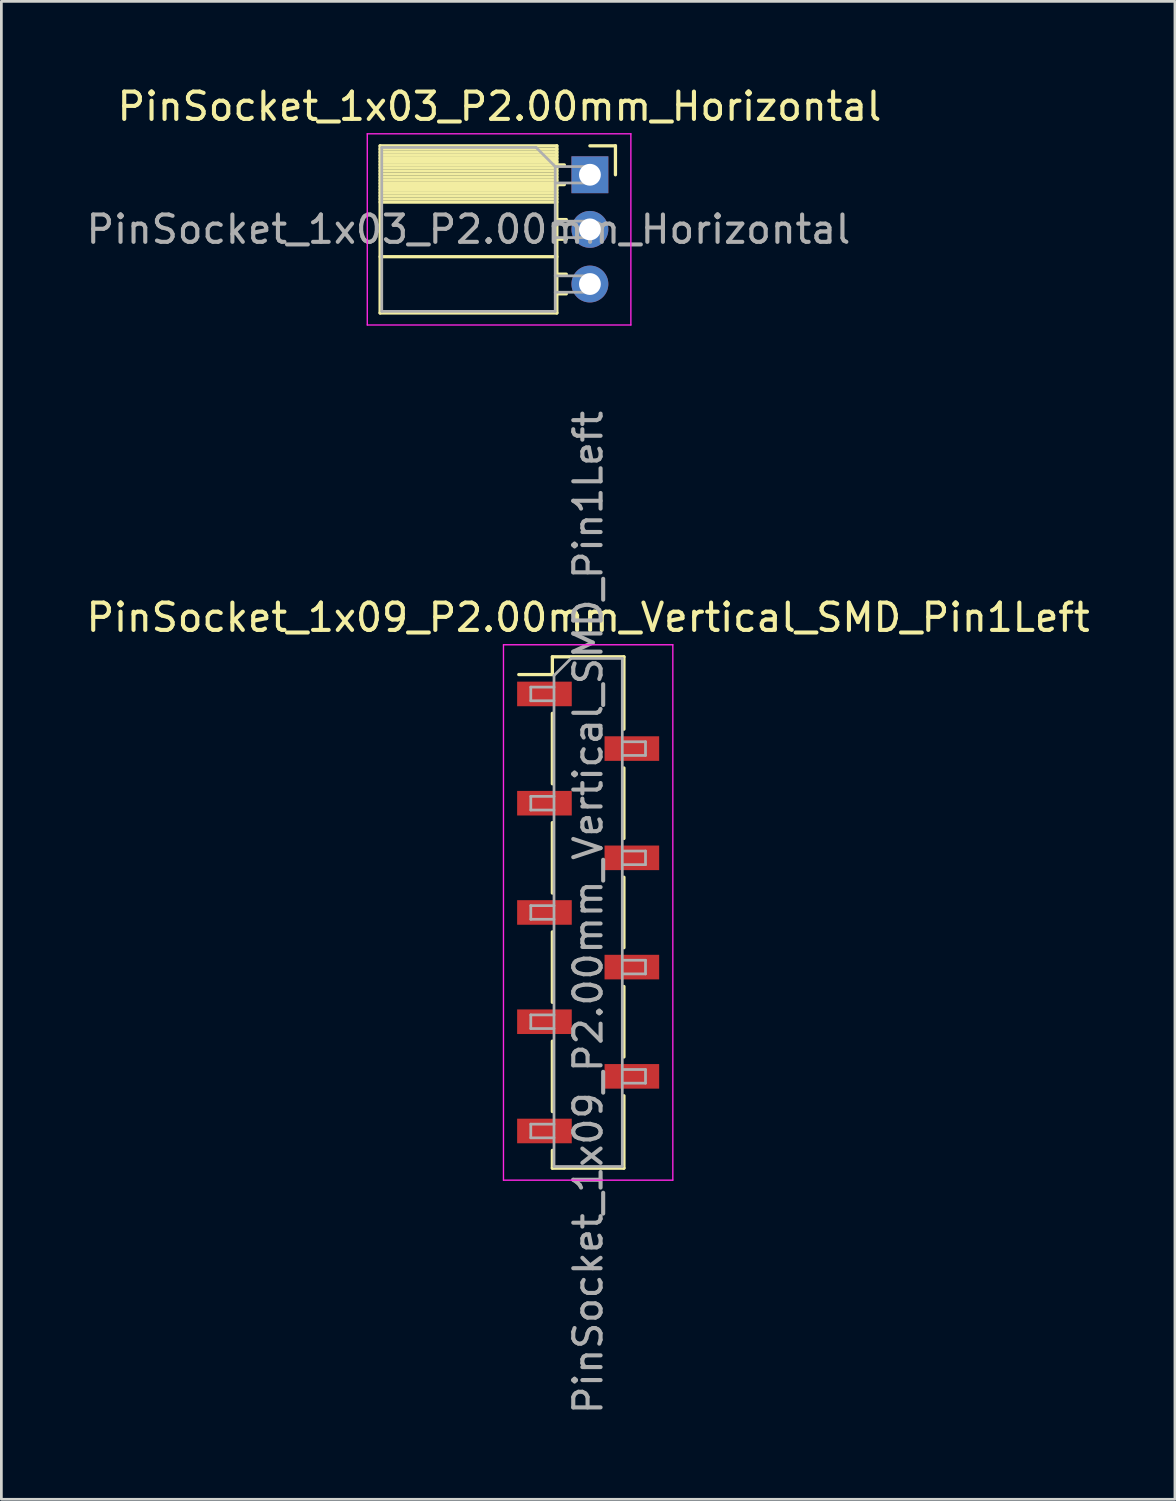
<source format=kicad_pcb>
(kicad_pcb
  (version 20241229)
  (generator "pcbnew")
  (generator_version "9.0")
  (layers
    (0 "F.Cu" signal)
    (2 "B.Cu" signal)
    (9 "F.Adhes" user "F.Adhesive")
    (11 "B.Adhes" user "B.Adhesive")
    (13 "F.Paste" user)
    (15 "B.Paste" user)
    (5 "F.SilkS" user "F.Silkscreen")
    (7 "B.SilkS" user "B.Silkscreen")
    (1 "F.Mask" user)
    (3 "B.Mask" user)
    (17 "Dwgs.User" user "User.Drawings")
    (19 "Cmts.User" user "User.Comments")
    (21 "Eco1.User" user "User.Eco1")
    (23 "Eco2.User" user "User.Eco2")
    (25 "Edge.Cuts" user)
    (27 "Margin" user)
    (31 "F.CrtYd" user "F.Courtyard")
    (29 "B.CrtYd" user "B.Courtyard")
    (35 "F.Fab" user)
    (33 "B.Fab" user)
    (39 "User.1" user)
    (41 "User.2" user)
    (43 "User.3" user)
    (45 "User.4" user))
  (footprint "PinSocket_1x03_P2.00mm_Horizontal"
    (layer "F.Cu")
    (at 18.546 3.348)
    (property "Reference" "PinSocket_1x03_P2.00mm_Horizontal" (at -3.31 -2.5 0) (layer "F.SilkS") (effects (font (size 1 1) (thickness 0.15))))
    (attr through_hole)
    (fp_line (start -7.68 -1.06) (end -7.68 5.06) (stroke (width 0.12) (type solid)) (layer "F.SilkS"))
    (fp_line (start -7.68 -1.06) (end -1.21 -1.06) (stroke (width 0.12) (type solid)) (layer "F.SilkS"))
    (fp_line (start -7.68 -0.94) (end -1.21 -0.94) (stroke (width 0.12) (type solid)) (layer "F.SilkS"))
    (fp_line (start -7.68 -0.826) (end -1.21 -0.826) (stroke (width 0.12) (type solid)) (layer "F.SilkS"))
    (fp_line (start -7.68 -0.712) (end -1.21 -0.712) (stroke (width 0.12) (type solid)) (layer "F.SilkS"))
    (fp_line (start -7.68 -0.598) (end -1.21 -0.598) (stroke (width 0.12) (type solid)) (layer "F.SilkS"))
    (fp_line (start -7.68 -0.484) (end -1.21 -0.484) (stroke (width 0.12) (type solid)) (layer "F.SilkS"))
    (fp_line (start -7.68 -0.369) (end -1.21 -0.369) (stroke (width 0.12) (type solid)) (layer "F.SilkS"))
    (fp_line (start -7.68 -0.255) (end -1.21 -0.255) (stroke (width 0.12) (type solid)) (layer "F.SilkS"))
    (fp_line (start -7.68 -0.141) (end -1.21 -0.141) (stroke (width 0.12) (type solid)) (layer "F.SilkS"))
    (fp_line (start -7.68 -0.027) (end -1.21 -0.027) (stroke (width 0.12) (type solid)) (layer "F.SilkS"))
    (fp_line (start -7.68 0.087) (end -1.21 0.087) (stroke (width 0.12) (type solid)) (layer "F.SilkS"))
    (fp_line (start -7.68 0.201) (end -1.21 0.201) (stroke (width 0.12) (type solid)) (layer "F.SilkS"))
    (fp_line (start -7.68 0.315) (end -1.21 0.315) (stroke (width 0.12) (type solid)) (layer "F.SilkS"))
    (fp_line (start -7.68 0.429) (end -1.21 0.429) (stroke (width 0.12) (type solid)) (layer "F.SilkS"))
    (fp_line (start -7.68 0.544) (end -1.21 0.544) (stroke (width 0.12) (type solid)) (layer "F.SilkS"))
    (fp_line (start -7.68 0.658) (end -1.21 0.658) (stroke (width 0.12) (type solid)) (layer "F.SilkS"))
    (fp_line (start -7.68 0.772) (end -1.21 0.772) (stroke (width 0.12) (type solid)) (layer "F.SilkS"))
    (fp_line (start -7.68 0.886) (end -1.21 0.886) (stroke (width 0.12) (type solid)) (layer "F.SilkS"))
    (fp_line (start -7.68 1) (end -1.21 1) (stroke (width 0.12) (type solid)) (layer "F.SilkS"))
    (fp_line (start -7.68 3) (end -1.21 3) (stroke (width 0.12) (type solid)) (layer "F.SilkS"))
    (fp_line (start -7.68 5.06) (end -1.21 5.06) (stroke (width 0.12) (type solid)) (layer "F.SilkS"))
    (fp_line (start -1.21 -1.06) (end -1.21 5.06) (stroke (width 0.12) (type solid)) (layer "F.SilkS"))
    (fp_line (start -1.21 -0.36) (end -0.935 -0.36) (stroke (width 0.12) (type solid)) (layer "F.SilkS"))
    (fp_line (start -1.21 0.36) (end -0.935 0.36) (stroke (width 0.12) (type solid)) (layer "F.SilkS"))
    (fp_line (start -1.21 1.64) (end -0.863 1.64) (stroke (width 0.12) (type solid)) (layer "F.SilkS"))
    (fp_line (start -1.21 2.36) (end -0.863 2.36) (stroke (width 0.12) (type solid)) (layer "F.SilkS"))
    (fp_line (start -1.21 3.64) (end -0.863 3.64) (stroke (width 0.12) (type solid)) (layer "F.SilkS"))
    (fp_line (start -1.21 4.36) (end -0.863 4.36) (stroke (width 0.12) (type solid)) (layer "F.SilkS"))
    (fp_line (start 0 -1.06) (end 0.935 -1.06) (stroke (width 0.12) (type solid)) (layer "F.SilkS"))
    (fp_line (start 0.935 -1.06) (end 0.935 0) (stroke (width 0.12) (type solid)) (layer "F.SilkS"))
    (fp_line (start -8.15 -1.5) (end -8.15 5.5) (stroke (width 0.05) (type solid)) (layer "F.CrtYd"))
    (fp_line (start -8.15 5.5) (end 1.5 5.5) (stroke (width 0.05) (type solid)) (layer "F.CrtYd"))
    (fp_line (start 1.5 -1.5) (end -8.15 -1.5) (stroke (width 0.05) (type solid)) (layer "F.CrtYd"))
    (fp_line (start 1.5 5.5) (end 1.5 -1.5) (stroke (width 0.05) (type solid)) (layer "F.CrtYd"))
    (fp_line (start -7.62 -1) (end -1.97 -1) (stroke (width 0.1) (type solid)) (layer "F.Fab"))
    (fp_line (start -7.62 5) (end -7.62 -1) (stroke (width 0.1) (type solid)) (layer "F.Fab"))
    (fp_line (start -1.97 -1) (end -1.27 -0.3) (stroke (width 0.1) (type solid)) (layer "F.Fab"))
    (fp_line (start -1.27 -0.3) (end -1.27 5) (stroke (width 0.1) (type solid)) (layer "F.Fab"))
    (fp_line (start -1.27 0.3) (end 0 0.3) (stroke (width 0.1) (type solid)) (layer "F.Fab"))
    (fp_line (start -1.27 2.3) (end 0 2.3) (stroke (width 0.1) (type solid)) (layer "F.Fab"))
    (fp_line (start -1.27 4.3) (end 0 4.3) (stroke (width 0.1) (type solid)) (layer "F.Fab"))
    (fp_line (start -1.27 5) (end -7.62 5) (stroke (width 0.1) (type solid)) (layer "F.Fab"))
    (fp_line (start 0 -0.3) (end -1.27 -0.3) (stroke (width 0.1) (type solid)) (layer "F.Fab"))
    (fp_line (start 0 0.3) (end 0 -0.3) (stroke (width 0.1) (type solid)) (layer "F.Fab"))
    (fp_line (start 0 1.7) (end -1.27 1.7) (stroke (width 0.1) (type solid)) (layer "F.Fab"))
    (fp_line (start 0 2.3) (end 0 1.7) (stroke (width 0.1) (type solid)) (layer "F.Fab"))
    (fp_line (start 0 3.7) (end -1.27 3.7) (stroke (width 0.1) (type solid)) (layer "F.Fab"))
    (fp_line (start 0 4.3) (end 0 3.7) (stroke (width 0.1) (type solid)) (layer "F.Fab"))
    (fp_text user "${REFERENCE}" (at -4.445 2 0) (layer "F.Fab") (effects (font (size 1 1) (thickness 0.15))))
    (pad "1" thru_hole rect (at 0 0) (size 1.35 1.35) (drill 0.8) (layers "*.Cu" "*.Mask"))
    (pad "2" thru_hole oval (at 0 2) (size 1.35 1.35) (drill 0.8) (layers "*.Cu" "*.Mask"))
    (pad "3" thru_hole oval (at 0 4) (size 1.35 1.35) (drill 0.8) (layers "*.Cu" "*.Mask")))
  (footprint "PinSocket_1x09_P2.00mm_Vertical_SMD_Pin1Left"
    (layer "F.Cu")
    (at 18.482 30.355)
    (property "Reference" "PinSocket_1x09_P2.00mm_Vertical_SMD_Pin1Left" (at 0 -10.8 0) (layer "F.SilkS") (effects (font (size 1 1) (thickness 0.15))))
    (attr smd)
    (fp_line (start -2.54 -8.71) (end -1.31 -8.71) (stroke (width 0.12) (type solid)) (layer "F.SilkS"))
    (fp_line (start -1.31 -9.36) (end -1.31 -8.71) (stroke (width 0.12) (type solid)) (layer "F.SilkS"))
    (fp_line (start -1.31 -9.36) (end 1.31 -9.36) (stroke (width 0.12) (type solid)) (layer "F.SilkS"))
    (fp_line (start -1.31 -7.29) (end -1.31 -4.71) (stroke (width 0.12) (type solid)) (layer "F.SilkS"))
    (fp_line (start -1.31 -3.29) (end -1.31 -0.71) (stroke (width 0.12) (type solid)) (layer "F.SilkS"))
    (fp_line (start -1.31 0.71) (end -1.31 3.29) (stroke (width 0.12) (type solid)) (layer "F.SilkS"))
    (fp_line (start -1.31 4.71) (end -1.31 7.29) (stroke (width 0.12) (type solid)) (layer "F.SilkS"))
    (fp_line (start -1.31 8.71) (end -1.31 9.36) (stroke (width 0.12) (type solid)) (layer "F.SilkS"))
    (fp_line (start -1.31 9.36) (end 1.31 9.36) (stroke (width 0.12) (type solid)) (layer "F.SilkS"))
    (fp_line (start 1.31 -9.36) (end 1.31 -6.71) (stroke (width 0.12) (type solid)) (layer "F.SilkS"))
    (fp_line (start 1.31 -5.29) (end 1.31 -2.71) (stroke (width 0.12) (type solid)) (layer "F.SilkS"))
    (fp_line (start 1.31 -1.29) (end 1.31 1.29) (stroke (width 0.12) (type solid)) (layer "F.SilkS"))
    (fp_line (start 1.31 2.71) (end 1.31 5.29) (stroke (width 0.12) (type solid)) (layer "F.SilkS"))
    (fp_line (start 1.31 6.71) (end 1.31 9.36) (stroke (width 0.12) (type solid)) (layer "F.SilkS"))
    (fp_line (start -3.1 -9.8) (end 3.1 -9.8) (stroke (width 0.05) (type solid)) (layer "F.CrtYd"))
    (fp_line (start -3.1 9.8) (end -3.1 -9.8) (stroke (width 0.05) (type solid)) (layer "F.CrtYd"))
    (fp_line (start 3.1 -9.8) (end 3.1 9.8) (stroke (width 0.05) (type solid)) (layer "F.CrtYd"))
    (fp_line (start 3.1 9.8) (end -3.1 9.8) (stroke (width 0.05) (type solid)) (layer "F.CrtYd"))
    (fp_line (start -2.1 -8.25) (end -1.25 -8.25) (stroke (width 0.1) (type solid)) (layer "F.Fab"))
    (fp_line (start -2.1 -7.75) (end -2.1 -8.25) (stroke (width 0.1) (type solid)) (layer "F.Fab"))
    (fp_line (start -2.1 -4.25) (end -1.25 -4.25) (stroke (width 0.1) (type solid)) (layer "F.Fab"))
    (fp_line (start -2.1 -3.75) (end -2.1 -4.25) (stroke (width 0.1) (type solid)) (layer "F.Fab"))
    (fp_line (start -2.1 -0.25) (end -1.25 -0.25) (stroke (width 0.1) (type solid)) (layer "F.Fab"))
    (fp_line (start -2.1 0.25) (end -2.1 -0.25) (stroke (width 0.1) (type solid)) (layer "F.Fab"))
    (fp_line (start -2.1 3.75) (end -1.25 3.75) (stroke (width 0.1) (type solid)) (layer "F.Fab"))
    (fp_line (start -2.1 4.25) (end -2.1 3.75) (stroke (width 0.1) (type solid)) (layer "F.Fab"))
    (fp_line (start -2.1 7.75) (end -1.25 7.75) (stroke (width 0.1) (type solid)) (layer "F.Fab"))
    (fp_line (start -2.1 8.25) (end -2.1 7.75) (stroke (width 0.1) (type solid)) (layer "F.Fab"))
    (fp_line (start -1.25 -8.675) (end -0.625 -9.3) (stroke (width 0.1) (type solid)) (layer "F.Fab"))
    (fp_line (start -1.25 -7.75) (end -2.1 -7.75) (stroke (width 0.1) (type solid)) (layer "F.Fab"))
    (fp_line (start -1.25 -3.75) (end -2.1 -3.75) (stroke (width 0.1) (type solid)) (layer "F.Fab"))
    (fp_line (start -1.25 0.25) (end -2.1 0.25) (stroke (width 0.1) (type solid)) (layer "F.Fab"))
    (fp_line (start -1.25 4.25) (end -2.1 4.25) (stroke (width 0.1) (type solid)) (layer "F.Fab"))
    (fp_line (start -1.25 8.25) (end -2.1 8.25) (stroke (width 0.1) (type solid)) (layer "F.Fab"))
    (fp_line (start -1.25 9.3) (end -1.25 -8.675) (stroke (width 0.1) (type solid)) (layer "F.Fab"))
    (fp_line (start -0.625 -9.3) (end 1.25 -9.3) (stroke (width 0.1) (type solid)) (layer "F.Fab"))
    (fp_line (start 1.25 -9.3) (end 1.25 9.3) (stroke (width 0.1) (type solid)) (layer "F.Fab"))
    (fp_line (start 1.25 -6.25) (end 2.1 -6.25) (stroke (width 0.1) (type solid)) (layer "F.Fab"))
    (fp_line (start 1.25 -2.25) (end 2.1 -2.25) (stroke (width 0.1) (type solid)) (layer "F.Fab"))
    (fp_line (start 1.25 1.75) (end 2.1 1.75) (stroke (width 0.1) (type solid)) (layer "F.Fab"))
    (fp_line (start 1.25 5.75) (end 2.1 5.75) (stroke (width 0.1) (type solid)) (layer "F.Fab"))
    (fp_line (start 1.25 9.3) (end -1.25 9.3) (stroke (width 0.1) (type solid)) (layer "F.Fab"))
    (fp_line (start 2.1 -6.25) (end 2.1 -5.75) (stroke (width 0.1) (type solid)) (layer "F.Fab"))
    (fp_line (start 2.1 -5.75) (end 1.25 -5.75) (stroke (width 0.1) (type solid)) (layer "F.Fab"))
    (fp_line (start 2.1 -2.25) (end 2.1 -1.75) (stroke (width 0.1) (type solid)) (layer "F.Fab"))
    (fp_line (start 2.1 -1.75) (end 1.25 -1.75) (stroke (width 0.1) (type solid)) (layer "F.Fab"))
    (fp_line (start 2.1 1.75) (end 2.1 2.25) (stroke (width 0.1) (type solid)) (layer "F.Fab"))
    (fp_line (start 2.1 2.25) (end 1.25 2.25) (stroke (width 0.1) (type solid)) (layer "F.Fab"))
    (fp_line (start 2.1 5.75) (end 2.1 6.25) (stroke (width 0.1) (type solid)) (layer "F.Fab"))
    (fp_line (start 2.1 6.25) (end 1.25 6.25) (stroke (width 0.1) (type solid)) (layer "F.Fab"))
    (fp_text user "${REFERENCE}" (at 0 0 90) (layer "F.Fab") (effects (font (size 1 1) (thickness 0.15))))
    (pad "1" smd rect (at -1.6 -8) (size 2 0.9) (layers "F.Cu" "F.Mask" "F.Paste"))
    (pad "2" smd rect (at 1.6 -6) (size 2 0.9) (layers "F.Cu" "F.Mask" "F.Paste"))
    (pad "3" smd rect (at -1.6 -4) (size 2 0.9) (layers "F.Cu" "F.Mask" "F.Paste"))
    (pad "4" smd rect (at 1.6 -2) (size 2 0.9) (layers "F.Cu" "F.Mask" "F.Paste"))
    (pad "5" smd rect (at -1.6 0) (size 2 0.9) (layers "F.Cu" "F.Mask" "F.Paste"))
    (pad "6" smd rect (at 1.6 2) (size 2 0.9) (layers "F.Cu" "F.Mask" "F.Paste"))
    (pad "7" smd rect (at -1.6 4) (size 2 0.9) (layers "F.Cu" "F.Mask" "F.Paste"))
    (pad "8" smd rect (at 1.6 6) (size 2 0.9) (layers "F.Cu" "F.Mask" "F.Paste"))
    (pad "9" smd rect (at -1.6 8) (size 2 0.9) (layers "F.Cu" "F.Mask" "F.Paste")))
  (gr_rect
    (start -3 -3)
    (end 39.964 51.838)
    (stroke (width 0.1) (type default))
    (fill no)
    (layer "Edge.Cuts")))
</source>
